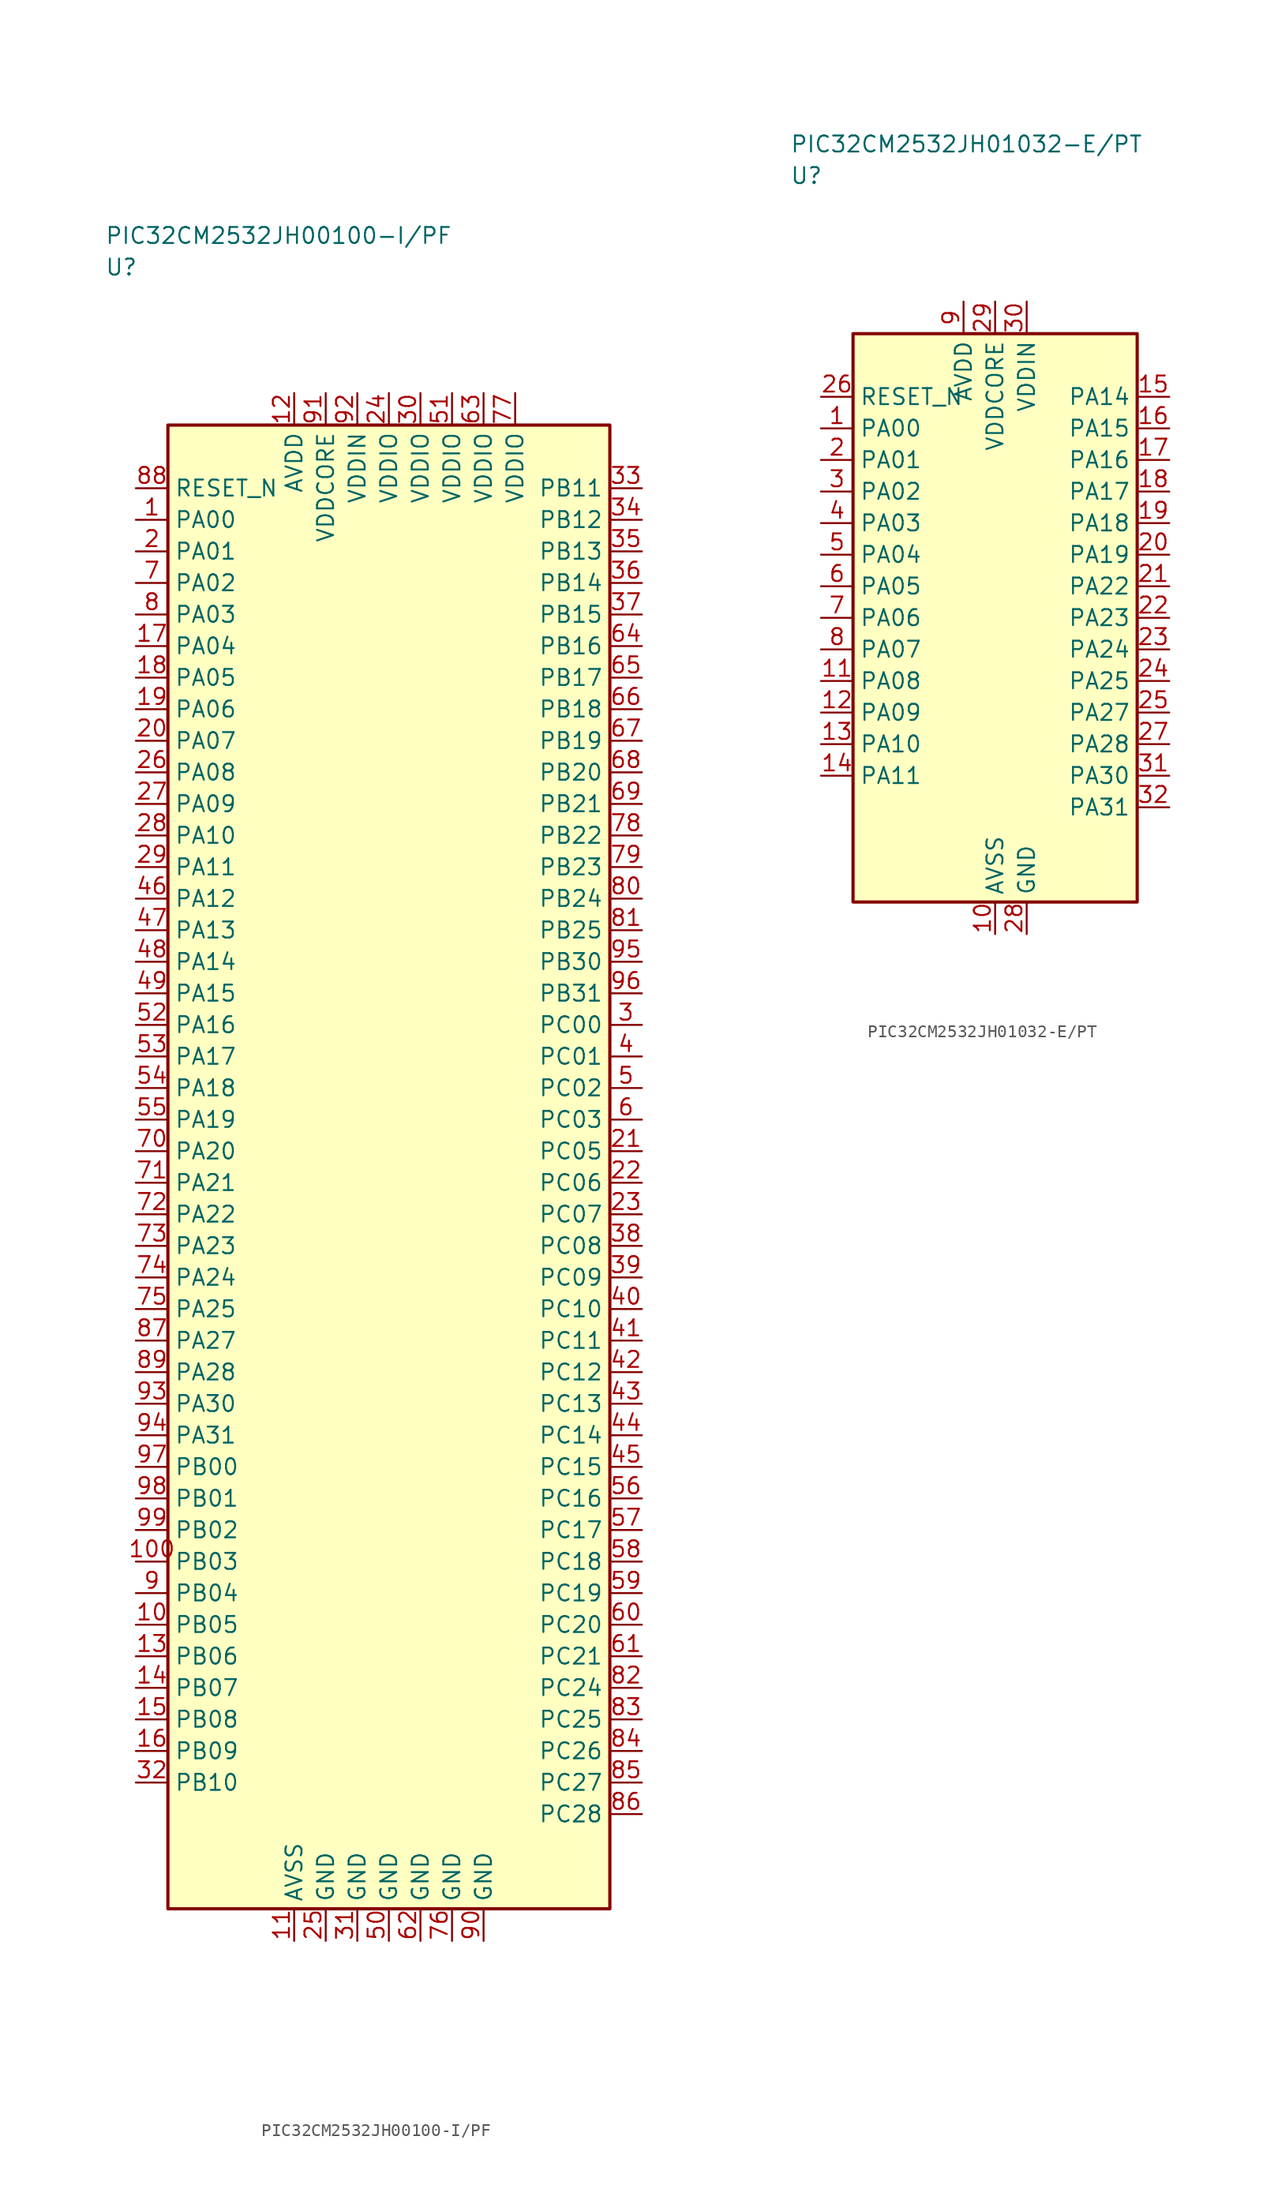
<source format=kicad_sym>
(kicad_symbol_lib
  (version 20241025)
  (generator "kicad_symbol_editor")
  (generator_version "8.0")
  (symbol "PIC32CM2532JH00100-I/PF"
    (property "Reference" "U"
      (at -22.5 71.25 0)
      (effects (font (size 1.27 1.27)) (justify left)))
    (property "Value" "PIC32CM2532JH00100-I/PF"
      (at -22.5 73.75 0)
      (effects (font (size 1.27 1.27)) (justify left)))
    (symbol "PIC32CM2532JH00100-I/PF_0_1"
      (rectangle (start -17.5 58.75) (end 17.5 -58.75) (stroke (width 0.254) (type default)) (fill (type background))))
    (symbol "PIC32CM2532JH00100-I/PF_1_1"
      (pin bidirectional line (at -20.04 51.25 0.0) (length 2.54) (name "PA00" (effects (font (size 1.27 1.27)))) (number "1" (effects (font (size 1.27 1.27)))))
      (pin bidirectional line (at -20.04 48.75 0.0) (length 2.54) (name "PA01" (effects (font (size 1.27 1.27)))) (number "2" (effects (font (size 1.27 1.27)))))
      (pin bidirectional line (at 20.04 11.25 180.0) (length 2.54) (name "PC00" (effects (font (size 1.27 1.27)))) (number "3" (effects (font (size 1.27 1.27)))))
      (pin bidirectional line (at 20.04 8.75 180.0) (length 2.54) (name "PC01" (effects (font (size 1.27 1.27)))) (number "4" (effects (font (size 1.27 1.27)))))
      (pin bidirectional line (at 20.04 6.25 180.0) (length 2.54) (name "PC02" (effects (font (size 1.27 1.27)))) (number "5" (effects (font (size 1.27 1.27)))))
      (pin bidirectional line (at 20.04 3.75 180.0) (length 2.54) (name "PC03" (effects (font (size 1.27 1.27)))) (number "6" (effects (font (size 1.27 1.27)))))
      (pin bidirectional line (at -20.04 46.25 0.0) (length 2.54) (name "PA02" (effects (font (size 1.27 1.27)))) (number "7" (effects (font (size 1.27 1.27)))))
      (pin bidirectional line (at -20.04 43.75 0.0) (length 2.54) (name "PA03" (effects (font (size 1.27 1.27)))) (number "8" (effects (font (size 1.27 1.27)))))
      (pin bidirectional line (at -20.04 -33.75 0.0) (length 2.54) (name "PB04" (effects (font (size 1.27 1.27)))) (number "9" (effects (font (size 1.27 1.27)))))
      (pin bidirectional line (at -20.04 -36.25 0.0) (length 2.54) (name "PB05" (effects (font (size 1.27 1.27)))) (number "10" (effects (font (size 1.27 1.27)))))
      (pin passive line (at -7.5 -61.29 90.0) (length 2.54) (name "AVSS" (effects (font (size 1.27 1.27)))) (number "11" (effects (font (size 1.27 1.27)))))
      (pin power_in line (at -7.5 61.29 270.0) (length 2.54) (name "AVDD" (effects (font (size 1.27 1.27)))) (number "12" (effects (font (size 1.27 1.27)))))
      (pin bidirectional line (at -20.04 -38.75 0.0) (length 2.54) (name "PB06" (effects (font (size 1.27 1.27)))) (number "13" (effects (font (size 1.27 1.27)))))
      (pin bidirectional line (at -20.04 -41.25 0.0) (length 2.54) (name "PB07" (effects (font (size 1.27 1.27)))) (number "14" (effects (font (size 1.27 1.27)))))
      (pin bidirectional line (at -20.04 -43.75 0.0) (length 2.54) (name "PB08" (effects (font (size 1.27 1.27)))) (number "15" (effects (font (size 1.27 1.27)))))
      (pin bidirectional line (at -20.04 -46.25 0.0) (length 2.54) (name "PB09" (effects (font (size 1.27 1.27)))) (number "16" (effects (font (size 1.27 1.27)))))
      (pin bidirectional line (at -20.04 41.25 0.0) (length 2.54) (name "PA04" (effects (font (size 1.27 1.27)))) (number "17" (effects (font (size 1.27 1.27)))))
      (pin bidirectional line (at -20.04 38.75 0.0) (length 2.54) (name "PA05" (effects (font (size 1.27 1.27)))) (number "18" (effects (font (size 1.27 1.27)))))
      (pin bidirectional line (at -20.04 36.25 0.0) (length 2.54) (name "PA06" (effects (font (size 1.27 1.27)))) (number "19" (effects (font (size 1.27 1.27)))))
      (pin bidirectional line (at -20.04 33.75 0.0) (length 2.54) (name "PA07" (effects (font (size 1.27 1.27)))) (number "20" (effects (font (size 1.27 1.27)))))
      (pin bidirectional line (at 20.04 1.25 180.0) (length 2.54) (name "PC05" (effects (font (size 1.27 1.27)))) (number "21" (effects (font (size 1.27 1.27)))))
      (pin bidirectional line (at 20.04 -1.25 180.0) (length 2.54) (name "PC06" (effects (font (size 1.27 1.27)))) (number "22" (effects (font (size 1.27 1.27)))))
      (pin bidirectional line (at 20.04 -3.75 180.0) (length 2.54) (name "PC07" (effects (font (size 1.27 1.27)))) (number "23" (effects (font (size 1.27 1.27)))))
      (pin power_in line (at 0.0 61.29 270.0) (length 2.54) (name "VDDIO" (effects (font (size 1.27 1.27)))) (number "24" (effects (font (size 1.27 1.27)))))
      (pin passive line (at -5.0 -61.29 90.0) (length 2.54) (name "GND" (effects (font (size 1.27 1.27)))) (number "25" (effects (font (size 1.27 1.27)))))
      (pin bidirectional line (at -20.04 31.25 0.0) (length 2.54) (name "PA08" (effects (font (size 1.27 1.27)))) (number "26" (effects (font (size 1.27 1.27)))))
      (pin bidirectional line (at -20.04 28.75 0.0) (length 2.54) (name "PA09" (effects (font (size 1.27 1.27)))) (number "27" (effects (font (size 1.27 1.27)))))
      (pin bidirectional line (at -20.04 26.25 0.0) (length 2.54) (name "PA10" (effects (font (size 1.27 1.27)))) (number "28" (effects (font (size 1.27 1.27)))))
      (pin bidirectional line (at -20.04 23.75 0.0) (length 2.54) (name "PA11" (effects (font (size 1.27 1.27)))) (number "29" (effects (font (size 1.27 1.27)))))
      (pin power_in line (at 2.5 61.29 270.0) (length 2.54) (name "VDDIO" (effects (font (size 1.27 1.27)))) (number "30" (effects (font (size 1.27 1.27)))))
      (pin passive line (at -2.5 -61.29 90.0) (length 2.54) (name "GND" (effects (font (size 1.27 1.27)))) (number "31" (effects (font (size 1.27 1.27)))))
      (pin bidirectional line (at -20.04 -48.75 0.0) (length 2.54) (name "PB10" (effects (font (size 1.27 1.27)))) (number "32" (effects (font (size 1.27 1.27)))))
      (pin bidirectional line (at 20.04 53.75 180.0) (length 2.54) (name "PB11" (effects (font (size 1.27 1.27)))) (number "33" (effects (font (size 1.27 1.27)))))
      (pin bidirectional line (at 20.04 51.25 180.0) (length 2.54) (name "PB12" (effects (font (size 1.27 1.27)))) (number "34" (effects (font (size 1.27 1.27)))))
      (pin bidirectional line (at 20.04 48.75 180.0) (length 2.54) (name "PB13" (effects (font (size 1.27 1.27)))) (number "35" (effects (font (size 1.27 1.27)))))
      (pin bidirectional line (at 20.04 46.25 180.0) (length 2.54) (name "PB14" (effects (font (size 1.27 1.27)))) (number "36" (effects (font (size 1.27 1.27)))))
      (pin bidirectional line (at 20.04 43.75 180.0) (length 2.54) (name "PB15" (effects (font (size 1.27 1.27)))) (number "37" (effects (font (size 1.27 1.27)))))
      (pin bidirectional line (at 20.04 -6.25 180.0) (length 2.54) (name "PC08" (effects (font (size 1.27 1.27)))) (number "38" (effects (font (size 1.27 1.27)))))
      (pin bidirectional line (at 20.04 -8.75 180.0) (length 2.54) (name "PC09" (effects (font (size 1.27 1.27)))) (number "39" (effects (font (size 1.27 1.27)))))
      (pin bidirectional line (at 20.04 -11.25 180.0) (length 2.54) (name "PC10" (effects (font (size 1.27 1.27)))) (number "40" (effects (font (size 1.27 1.27)))))
      (pin bidirectional line (at 20.04 -13.75 180.0) (length 2.54) (name "PC11" (effects (font (size 1.27 1.27)))) (number "41" (effects (font (size 1.27 1.27)))))
      (pin bidirectional line (at 20.04 -16.25 180.0) (length 2.54) (name "PC12" (effects (font (size 1.27 1.27)))) (number "42" (effects (font (size 1.27 1.27)))))
      (pin bidirectional line (at 20.04 -18.75 180.0) (length 2.54) (name "PC13" (effects (font (size 1.27 1.27)))) (number "43" (effects (font (size 1.27 1.27)))))
      (pin bidirectional line (at 20.04 -21.25 180.0) (length 2.54) (name "PC14" (effects (font (size 1.27 1.27)))) (number "44" (effects (font (size 1.27 1.27)))))
      (pin bidirectional line (at 20.04 -23.75 180.0) (length 2.54) (name "PC15" (effects (font (size 1.27 1.27)))) (number "45" (effects (font (size 1.27 1.27)))))
      (pin bidirectional line (at -20.04 21.25 0.0) (length 2.54) (name "PA12" (effects (font (size 1.27 1.27)))) (number "46" (effects (font (size 1.27 1.27)))))
      (pin bidirectional line (at -20.04 18.75 0.0) (length 2.54) (name "PA13" (effects (font (size 1.27 1.27)))) (number "47" (effects (font (size 1.27 1.27)))))
      (pin bidirectional line (at -20.04 16.25 0.0) (length 2.54) (name "PA14" (effects (font (size 1.27 1.27)))) (number "48" (effects (font (size 1.27 1.27)))))
      (pin bidirectional line (at -20.04 13.75 0.0) (length 2.54) (name "PA15" (effects (font (size 1.27 1.27)))) (number "49" (effects (font (size 1.27 1.27)))))
      (pin passive line (at 0.0 -61.29 90.0) (length 2.54) (name "GND" (effects (font (size 1.27 1.27)))) (number "50" (effects (font (size 1.27 1.27)))))
      (pin power_in line (at 5.0 61.29 270.0) (length 2.54) (name "VDDIO" (effects (font (size 1.27 1.27)))) (number "51" (effects (font (size 1.27 1.27)))))
      (pin bidirectional line (at -20.04 11.25 0.0) (length 2.54) (name "PA16" (effects (font (size 1.27 1.27)))) (number "52" (effects (font (size 1.27 1.27)))))
      (pin bidirectional line (at -20.04 8.75 0.0) (length 2.54) (name "PA17" (effects (font (size 1.27 1.27)))) (number "53" (effects (font (size 1.27 1.27)))))
      (pin bidirectional line (at -20.04 6.25 0.0) (length 2.54) (name "PA18" (effects (font (size 1.27 1.27)))) (number "54" (effects (font (size 1.27 1.27)))))
      (pin bidirectional line (at -20.04 3.75 0.0) (length 2.54) (name "PA19" (effects (font (size 1.27 1.27)))) (number "55" (effects (font (size 1.27 1.27)))))
      (pin bidirectional line (at 20.04 -26.25 180.0) (length 2.54) (name "PC16" (effects (font (size 1.27 1.27)))) (number "56" (effects (font (size 1.27 1.27)))))
      (pin bidirectional line (at 20.04 -28.75 180.0) (length 2.54) (name "PC17" (effects (font (size 1.27 1.27)))) (number "57" (effects (font (size 1.27 1.27)))))
      (pin bidirectional line (at 20.04 -31.25 180.0) (length 2.54) (name "PC18" (effects (font (size 1.27 1.27)))) (number "58" (effects (font (size 1.27 1.27)))))
      (pin bidirectional line (at 20.04 -33.75 180.0) (length 2.54) (name "PC19" (effects (font (size 1.27 1.27)))) (number "59" (effects (font (size 1.27 1.27)))))
      (pin bidirectional line (at 20.04 -36.25 180.0) (length 2.54) (name "PC20" (effects (font (size 1.27 1.27)))) (number "60" (effects (font (size 1.27 1.27)))))
      (pin bidirectional line (at 20.04 -38.75 180.0) (length 2.54) (name "PC21" (effects (font (size 1.27 1.27)))) (number "61" (effects (font (size 1.27 1.27)))))
      (pin passive line (at 2.5 -61.29 90.0) (length 2.54) (name "GND" (effects (font (size 1.27 1.27)))) (number "62" (effects (font (size 1.27 1.27)))))
      (pin power_in line (at 7.5 61.29 270.0) (length 2.54) (name "VDDIO" (effects (font (size 1.27 1.27)))) (number "63" (effects (font (size 1.27 1.27)))))
      (pin bidirectional line (at 20.04 41.25 180.0) (length 2.54) (name "PB16" (effects (font (size 1.27 1.27)))) (number "64" (effects (font (size 1.27 1.27)))))
      (pin bidirectional line (at 20.04 38.75 180.0) (length 2.54) (name "PB17" (effects (font (size 1.27 1.27)))) (number "65" (effects (font (size 1.27 1.27)))))
      (pin bidirectional line (at 20.04 36.25 180.0) (length 2.54) (name "PB18" (effects (font (size 1.27 1.27)))) (number "66" (effects (font (size 1.27 1.27)))))
      (pin bidirectional line (at 20.04 33.75 180.0) (length 2.54) (name "PB19" (effects (font (size 1.27 1.27)))) (number "67" (effects (font (size 1.27 1.27)))))
      (pin bidirectional line (at 20.04 31.25 180.0) (length 2.54) (name "PB20" (effects (font (size 1.27 1.27)))) (number "68" (effects (font (size 1.27 1.27)))))
      (pin bidirectional line (at 20.04 28.75 180.0) (length 2.54) (name "PB21" (effects (font (size 1.27 1.27)))) (number "69" (effects (font (size 1.27 1.27)))))
      (pin bidirectional line (at -20.04 1.25 0.0) (length 2.54) (name "PA20" (effects (font (size 1.27 1.27)))) (number "70" (effects (font (size 1.27 1.27)))))
      (pin bidirectional line (at -20.04 -1.25 0.0) (length 2.54) (name "PA21" (effects (font (size 1.27 1.27)))) (number "71" (effects (font (size 1.27 1.27)))))
      (pin bidirectional line (at -20.04 -3.75 0.0) (length 2.54) (name "PA22" (effects (font (size 1.27 1.27)))) (number "72" (effects (font (size 1.27 1.27)))))
      (pin bidirectional line (at -20.04 -6.25 0.0) (length 2.54) (name "PA23" (effects (font (size 1.27 1.27)))) (number "73" (effects (font (size 1.27 1.27)))))
      (pin bidirectional line (at -20.04 -8.75 0.0) (length 2.54) (name "PA24" (effects (font (size 1.27 1.27)))) (number "74" (effects (font (size 1.27 1.27)))))
      (pin bidirectional line (at -20.04 -11.25 0.0) (length 2.54) (name "PA25" (effects (font (size 1.27 1.27)))) (number "75" (effects (font (size 1.27 1.27)))))
      (pin passive line (at 5.0 -61.29 90.0) (length 2.54) (name "GND" (effects (font (size 1.27 1.27)))) (number "76" (effects (font (size 1.27 1.27)))))
      (pin power_in line (at 10.0 61.29 270.0) (length 2.54) (name "VDDIO" (effects (font (size 1.27 1.27)))) (number "77" (effects (font (size 1.27 1.27)))))
      (pin bidirectional line (at 20.04 26.25 180.0) (length 2.54) (name "PB22" (effects (font (size 1.27 1.27)))) (number "78" (effects (font (size 1.27 1.27)))))
      (pin bidirectional line (at 20.04 23.75 180.0) (length 2.54) (name "PB23" (effects (font (size 1.27 1.27)))) (number "79" (effects (font (size 1.27 1.27)))))
      (pin bidirectional line (at 20.04 21.25 180.0) (length 2.54) (name "PB24" (effects (font (size 1.27 1.27)))) (number "80" (effects (font (size 1.27 1.27)))))
      (pin bidirectional line (at 20.04 18.75 180.0) (length 2.54) (name "PB25" (effects (font (size 1.27 1.27)))) (number "81" (effects (font (size 1.27 1.27)))))
      (pin bidirectional line (at 20.04 -41.25 180.0) (length 2.54) (name "PC24" (effects (font (size 1.27 1.27)))) (number "82" (effects (font (size 1.27 1.27)))))
      (pin bidirectional line (at 20.04 -43.75 180.0) (length 2.54) (name "PC25" (effects (font (size 1.27 1.27)))) (number "83" (effects (font (size 1.27 1.27)))))
      (pin bidirectional line (at 20.04 -46.25 180.0) (length 2.54) (name "PC26" (effects (font (size 1.27 1.27)))) (number "84" (effects (font (size 1.27 1.27)))))
      (pin bidirectional line (at 20.04 -48.75 180.0) (length 2.54) (name "PC27" (effects (font (size 1.27 1.27)))) (number "85" (effects (font (size 1.27 1.27)))))
      (pin bidirectional line (at 20.04 -51.25 180.0) (length 2.54) (name "PC28" (effects (font (size 1.27 1.27)))) (number "86" (effects (font (size 1.27 1.27)))))
      (pin bidirectional line (at -20.04 -13.75 0.0) (length 2.54) (name "PA27" (effects (font (size 1.27 1.27)))) (number "87" (effects (font (size 1.27 1.27)))))
      (pin input line (at -20.04 53.75 0.0) (length 2.54) (name "RESET_N" (effects (font (size 1.27 1.27)))) (number "88" (effects (font (size 1.27 1.27)))))
      (pin bidirectional line (at -20.04 -16.25 0.0) (length 2.54) (name "PA28" (effects (font (size 1.27 1.27)))) (number "89" (effects (font (size 1.27 1.27)))))
      (pin passive line (at 7.5 -61.29 90.0) (length 2.54) (name "GND" (effects (font (size 1.27 1.27)))) (number "90" (effects (font (size 1.27 1.27)))))
      (pin power_in line (at -5.0 61.29 270.0) (length 2.54) (name "VDDCORE" (effects (font (size 1.27 1.27)))) (number "91" (effects (font (size 1.27 1.27)))))
      (pin power_in line (at -2.5 61.29 270.0) (length 2.54) (name "VDDIN" (effects (font (size 1.27 1.27)))) (number "92" (effects (font (size 1.27 1.27)))))
      (pin bidirectional line (at -20.04 -18.75 0.0) (length 2.54) (name "PA30" (effects (font (size 1.27 1.27)))) (number "93" (effects (font (size 1.27 1.27)))))
      (pin bidirectional line (at -20.04 -21.25 0.0) (length 2.54) (name "PA31" (effects (font (size 1.27 1.27)))) (number "94" (effects (font (size 1.27 1.27)))))
      (pin bidirectional line (at 20.04 16.25 180.0) (length 2.54) (name "PB30" (effects (font (size 1.27 1.27)))) (number "95" (effects (font (size 1.27 1.27)))))
      (pin bidirectional line (at 20.04 13.75 180.0) (length 2.54) (name "PB31" (effects (font (size 1.27 1.27)))) (number "96" (effects (font (size 1.27 1.27)))))
      (pin bidirectional line (at -20.04 -23.75 0.0) (length 2.54) (name "PB00" (effects (font (size 1.27 1.27)))) (number "97" (effects (font (size 1.27 1.27)))))
      (pin bidirectional line (at -20.04 -26.25 0.0) (length 2.54) (name "PB01" (effects (font (size 1.27 1.27)))) (number "98" (effects (font (size 1.27 1.27)))))
      (pin bidirectional line (at -20.04 -28.75 0.0) (length 2.54) (name "PB02" (effects (font (size 1.27 1.27)))) (number "99" (effects (font (size 1.27 1.27)))))
      (pin bidirectional line (at -20.04 -31.25 0.0) (length 2.54) (name "PB03" (effects (font (size 1.27 1.27)))) (number "100" (effects (font (size 1.27 1.27)))))))
  (symbol "PIC32CM2532JH01032-E/PT"
    (property "Reference" "U"
      (at -16.25 35.0 0)
      (effects (font (size 1.27 1.27)) (justify left)))
    (property "Value" "PIC32CM2532JH01032-E/PT"
      (at -16.25 37.5 0)
      (effects (font (size 1.27 1.27)) (justify left)))
    (symbol "PIC32CM2532JH01032-E/PT_0_1"
      (rectangle (start -11.25 22.5) (end 11.25 -22.5) (stroke (width 0.254) (type default)) (fill (type background))))
    (symbol "PIC32CM2532JH01032-E/PT_1_1"
      (pin bidirectional line (at -13.79 15.0 0.0) (length 2.54) (name "PA00" (effects (font (size 1.27 1.27)))) (number "1" (effects (font (size 1.27 1.27)))))
      (pin bidirectional line (at -13.79 12.5 0.0) (length 2.54) (name "PA01" (effects (font (size 1.27 1.27)))) (number "2" (effects (font (size 1.27 1.27)))))
      (pin bidirectional line (at -13.79 10.0 0.0) (length 2.54) (name "PA02" (effects (font (size 1.27 1.27)))) (number "3" (effects (font (size 1.27 1.27)))))
      (pin bidirectional line (at -13.79 7.5 0.0) (length 2.54) (name "PA03" (effects (font (size 1.27 1.27)))) (number "4" (effects (font (size 1.27 1.27)))))
      (pin bidirectional line (at -13.79 5.0 0.0) (length 2.54) (name "PA04" (effects (font (size 1.27 1.27)))) (number "5" (effects (font (size 1.27 1.27)))))
      (pin bidirectional line (at -13.79 2.5 0.0) (length 2.54) (name "PA05" (effects (font (size 1.27 1.27)))) (number "6" (effects (font (size 1.27 1.27)))))
      (pin bidirectional line (at -13.79 0.0 0.0) (length 2.54) (name "PA06" (effects (font (size 1.27 1.27)))) (number "7" (effects (font (size 1.27 1.27)))))
      (pin bidirectional line (at -13.79 -2.5 0.0) (length 2.54) (name "PA07" (effects (font (size 1.27 1.27)))) (number "8" (effects (font (size 1.27 1.27)))))
      (pin power_in line (at -2.5 25.04 270.0) (length 2.54) (name "AVDD" (effects (font (size 1.27 1.27)))) (number "9" (effects (font (size 1.27 1.27)))))
      (pin passive line (at 0.0 -25.04 90.0) (length 2.54) (name "AVSS" (effects (font (size 1.27 1.27)))) (number "10" (effects (font (size 1.27 1.27)))))
      (pin bidirectional line (at -13.79 -5.0 0.0) (length 2.54) (name "PA08" (effects (font (size 1.27 1.27)))) (number "11" (effects (font (size 1.27 1.27)))))
      (pin bidirectional line (at -13.79 -7.5 0.0) (length 2.54) (name "PA09" (effects (font (size 1.27 1.27)))) (number "12" (effects (font (size 1.27 1.27)))))
      (pin bidirectional line (at -13.79 -10.0 0.0) (length 2.54) (name "PA10" (effects (font (size 1.27 1.27)))) (number "13" (effects (font (size 1.27 1.27)))))
      (pin bidirectional line (at -13.79 -12.5 0.0) (length 2.54) (name "PA11" (effects (font (size 1.27 1.27)))) (number "14" (effects (font (size 1.27 1.27)))))
      (pin bidirectional line (at 13.79 17.5 180.0) (length 2.54) (name "PA14" (effects (font (size 1.27 1.27)))) (number "15" (effects (font (size 1.27 1.27)))))
      (pin bidirectional line (at 13.79 15.0 180.0) (length 2.54) (name "PA15" (effects (font (size 1.27 1.27)))) (number "16" (effects (font (size 1.27 1.27)))))
      (pin bidirectional line (at 13.79 12.5 180.0) (length 2.54) (name "PA16" (effects (font (size 1.27 1.27)))) (number "17" (effects (font (size 1.27 1.27)))))
      (pin bidirectional line (at 13.79 10.0 180.0) (length 2.54) (name "PA17" (effects (font (size 1.27 1.27)))) (number "18" (effects (font (size 1.27 1.27)))))
      (pin bidirectional line (at 13.79 7.5 180.0) (length 2.54) (name "PA18" (effects (font (size 1.27 1.27)))) (number "19" (effects (font (size 1.27 1.27)))))
      (pin bidirectional line (at 13.79 5.0 180.0) (length 2.54) (name "PA19" (effects (font (size 1.27 1.27)))) (number "20" (effects (font (size 1.27 1.27)))))
      (pin bidirectional line (at 13.79 2.5 180.0) (length 2.54) (name "PA22" (effects (font (size 1.27 1.27)))) (number "21" (effects (font (size 1.27 1.27)))))
      (pin bidirectional line (at 13.79 0.0 180.0) (length 2.54) (name "PA23" (effects (font (size 1.27 1.27)))) (number "22" (effects (font (size 1.27 1.27)))))
      (pin bidirectional line (at 13.79 -2.5 180.0) (length 2.54) (name "PA24" (effects (font (size 1.27 1.27)))) (number "23" (effects (font (size 1.27 1.27)))))
      (pin bidirectional line (at 13.79 -5.0 180.0) (length 2.54) (name "PA25" (effects (font (size 1.27 1.27)))) (number "24" (effects (font (size 1.27 1.27)))))
      (pin bidirectional line (at 13.79 -7.5 180.0) (length 2.54) (name "PA27" (effects (font (size 1.27 1.27)))) (number "25" (effects (font (size 1.27 1.27)))))
      (pin input line (at -13.79 17.5 0.0) (length 2.54) (name "RESET_N" (effects (font (size 1.27 1.27)))) (number "26" (effects (font (size 1.27 1.27)))))
      (pin bidirectional line (at 13.79 -10.0 180.0) (length 2.54) (name "PA28" (effects (font (size 1.27 1.27)))) (number "27" (effects (font (size 1.27 1.27)))))
      (pin passive line (at 2.5 -25.04 90.0) (length 2.54) (name "GND" (effects (font (size 1.27 1.27)))) (number "28" (effects (font (size 1.27 1.27)))))
      (pin power_in line (at 0.0 25.04 270.0) (length 2.54) (name "VDDCORE" (effects (font (size 1.27 1.27)))) (number "29" (effects (font (size 1.27 1.27)))))
      (pin power_in line (at 2.5 25.04 270.0) (length 2.54) (name "VDDIN" (effects (font (size 1.27 1.27)))) (number "30" (effects (font (size 1.27 1.27)))))
      (pin bidirectional line (at 13.79 -12.5 180.0) (length 2.54) (name "PA30" (effects (font (size 1.27 1.27)))) (number "31" (effects (font (size 1.27 1.27)))))
      (pin bidirectional line (at 13.79 -15.0 180.0) (length 2.54) (name "PA31" (effects (font (size 1.27 1.27)))) (number "32" (effects (font (size 1.27 1.27))))))))
</source>
